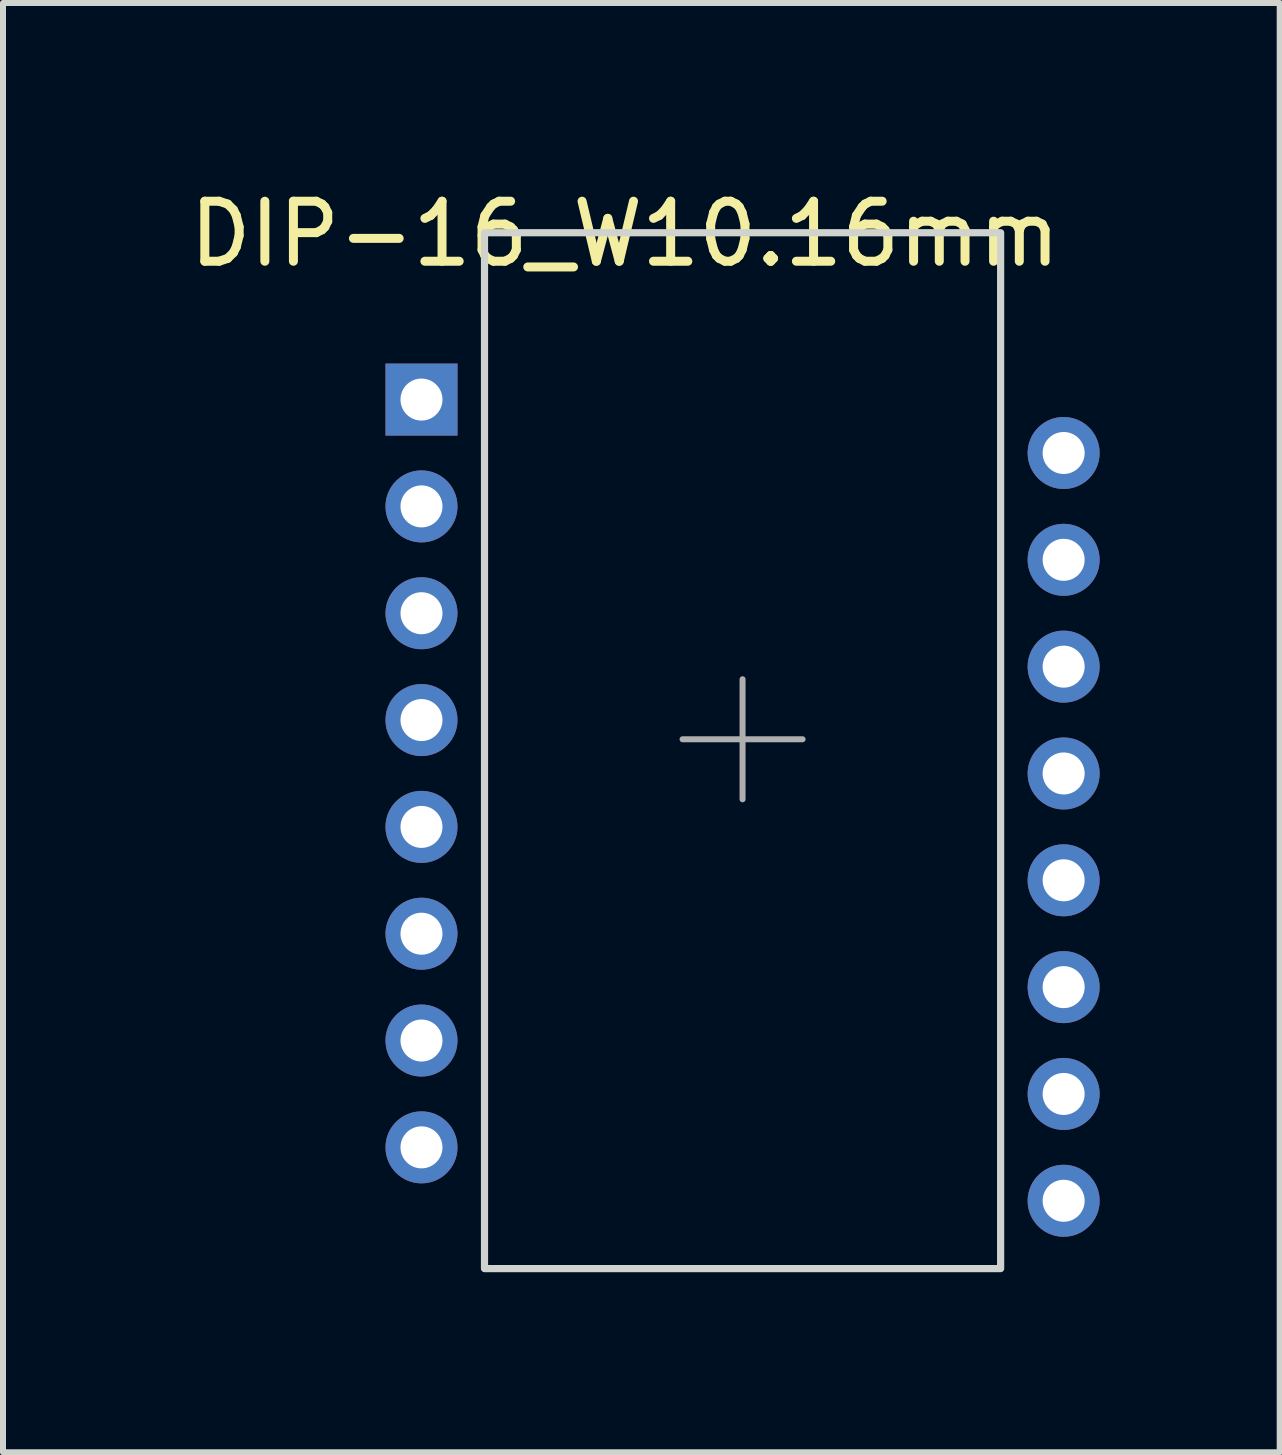
<source format=kicad_pcb>
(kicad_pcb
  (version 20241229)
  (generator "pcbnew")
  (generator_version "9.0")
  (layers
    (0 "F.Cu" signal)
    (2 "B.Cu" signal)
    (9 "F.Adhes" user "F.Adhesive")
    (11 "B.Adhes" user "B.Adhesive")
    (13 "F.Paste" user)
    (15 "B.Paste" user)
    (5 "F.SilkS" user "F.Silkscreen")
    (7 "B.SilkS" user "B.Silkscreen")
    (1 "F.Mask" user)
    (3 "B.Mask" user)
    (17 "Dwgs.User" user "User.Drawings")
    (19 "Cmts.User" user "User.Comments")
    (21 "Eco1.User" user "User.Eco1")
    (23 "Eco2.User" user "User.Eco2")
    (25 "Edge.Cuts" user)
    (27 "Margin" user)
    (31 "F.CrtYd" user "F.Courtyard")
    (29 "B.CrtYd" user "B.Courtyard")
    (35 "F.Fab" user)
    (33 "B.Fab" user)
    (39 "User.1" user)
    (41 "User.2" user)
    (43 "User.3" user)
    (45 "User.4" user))
  (footprint "DIP-16_W10.16mm"
    (layer "F.Cu")
    (at 3.973 3.608)
    (property "Reference" "DIP-16_W10.16mm" (at 3.39 -2.76 0) (layer "F.SilkS") (effects (font (size 1 1) (thickness 0.15))))
    (attr through_hole)
    (fp_rect (start 1.05 -2.78) (end 9.65 14.48) (stroke (width 0.12) (type solid)) (fill no) (layer "Edge.Cuts"))
    (fp_line (start 4.35 5.66) (end 6.35 5.66) (stroke (width 0.1) (type solid)) (layer "F.Fab"))
    (fp_line (start 5.35 6.66) (end 5.35 4.66) (stroke (width 0.1) (type solid)) (layer "F.Fab"))
    (pad "1" thru_hole rect (at 0 0) (size 1.2 1.2) (drill 0.7) (layers "*.Cu" "*.Mask"))
    (pad "2" thru_hole circle (at 0 1.78) (size 1.2 1.2) (drill 0.7) (layers "*.Cu" "*.Mask"))
    (pad "3" thru_hole circle (at 0 3.56) (size 1.2 1.2) (drill 0.7) (layers "*.Cu" "*.Mask"))
    (pad "4" thru_hole circle (at 0 5.34) (size 1.2 1.2) (drill 0.7) (layers "*.Cu" "*.Mask"))
    (pad "5" thru_hole circle (at 0 7.12) (size 1.2 1.2) (drill 0.7) (layers "*.Cu" "*.Mask"))
    (pad "6" thru_hole circle (at 0 8.9) (size 1.2 1.2) (drill 0.7) (layers "*.Cu" "*.Mask"))
    (pad "7" thru_hole circle (at 0 10.68) (size 1.2 1.2) (drill 0.7) (layers "*.Cu" "*.Mask"))
    (pad "8" thru_hole circle (at 0 12.46) (size 1.2 1.2) (drill 0.7) (layers "*.Cu" "*.Mask"))
    (pad "9" thru_hole circle (at 10.7 13.35) (size 1.2 1.2) (drill 0.7) (layers "*.Cu" "*.Mask"))
    (pad "10" thru_hole circle (at 10.7 11.57) (size 1.2 1.2) (drill 0.7) (layers "*.Cu" "*.Mask"))
    (pad "11" thru_hole circle (at 10.7 9.79) (size 1.2 1.2) (drill 0.7) (layers "*.Cu" "*.Mask"))
    (pad "12" thru_hole circle (at 10.7 8.01) (size 1.2 1.2) (drill 0.7) (layers "*.Cu" "*.Mask"))
    (pad "13" thru_hole circle (at 10.7 6.23) (size 1.2 1.2) (drill 0.7) (layers "*.Cu" "*.Mask"))
    (pad "14" thru_hole circle (at 10.7 4.45) (size 1.2 1.2) (drill 0.7) (layers "*.Cu" "*.Mask"))
    (pad "15" thru_hole circle (at 10.7 2.67) (size 1.2 1.2) (drill 0.7) (layers "*.Cu" "*.Mask"))
    (pad "16" thru_hole circle (at 10.7 0.89) (size 1.2 1.2) (drill 0.7) (layers "*.Cu" "*.Mask")))
  (gr_rect
    (start -3 -3)
    (end 18.273 21.148)
    (stroke (width 0.1) (type default))
    (fill no)
    (layer "Edge.Cuts")))
</source>
